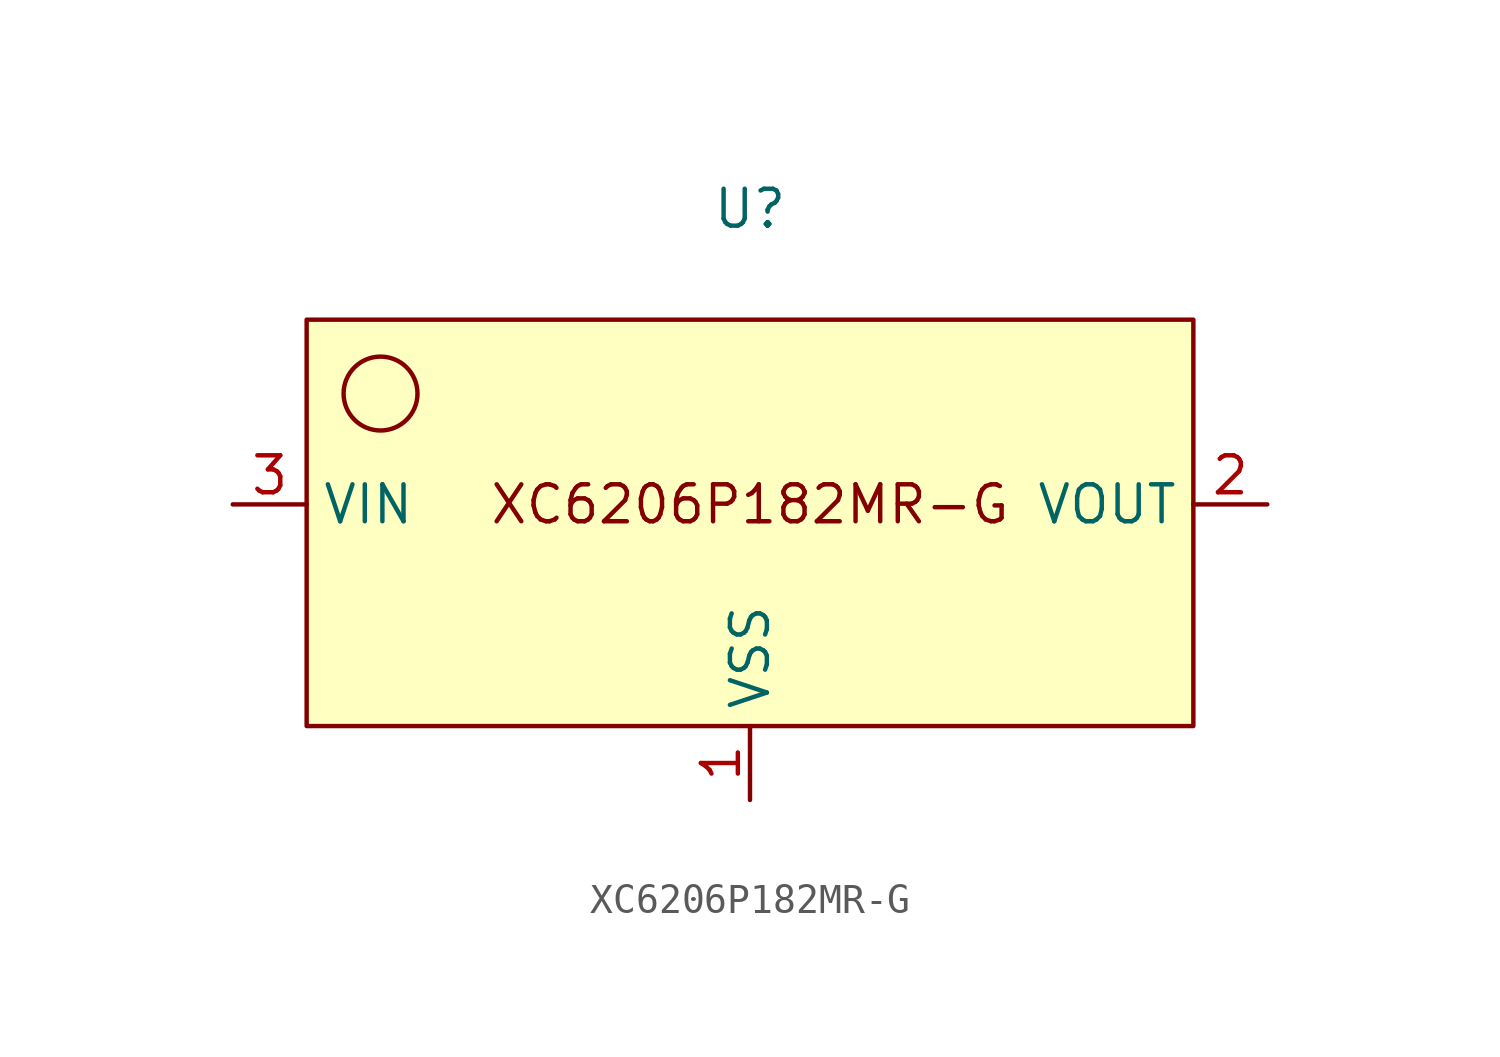
<source format=kicad_sym>
(kicad_symbol_lib
  (version 20231120)
  (generator "kicad_symbol_editor")
  (generator_version "8.0")
  (symbol "XC6206P182MR-G"
    (property "Reference" "U"
      (at 0 0 0)
      (effects (font (size 1.27 1.27))))
    (property "Value" ""
      (at 0 0 0)
      (effects (font (size 1.27 1.27))))
    (symbol "XC6206P182MR-G_0_1"
      (circle (center -12.7 -6.35) (radius 1.27) (stroke (width 0) (type default)) (fill (type none))))
    (symbol "XC6206P182MR-G_1_1"
      (rectangle (start -15.24 -3.81) (end 15.24 -17.78) (stroke (width 0) (type default)) (fill (type background)))
      (text "XC6206P182MR-G\n" (at 0 -10.16 0) (effects (font (size 1.27 1.27))))
      (pin power_out line (at 0 -20.32 90) (length 2.54) (name "VSS" (effects (font (size 1.27 1.27)))) (number "1" (effects (font (size 1.27 1.27)))))
      (pin power_out line (at 17.78 -10.16 180) (length 2.54) (name "VOUT" (effects (font (size 1.27 1.27)))) (number "2" (effects (font (size 1.27 1.27)))))
      (pin power_in line (at -17.78 -10.16 0) (length 2.54) (name "VIN" (effects (font (size 1.27 1.27)))) (number "3" (effects (font (size 1.27 1.27))))))))
</source>
